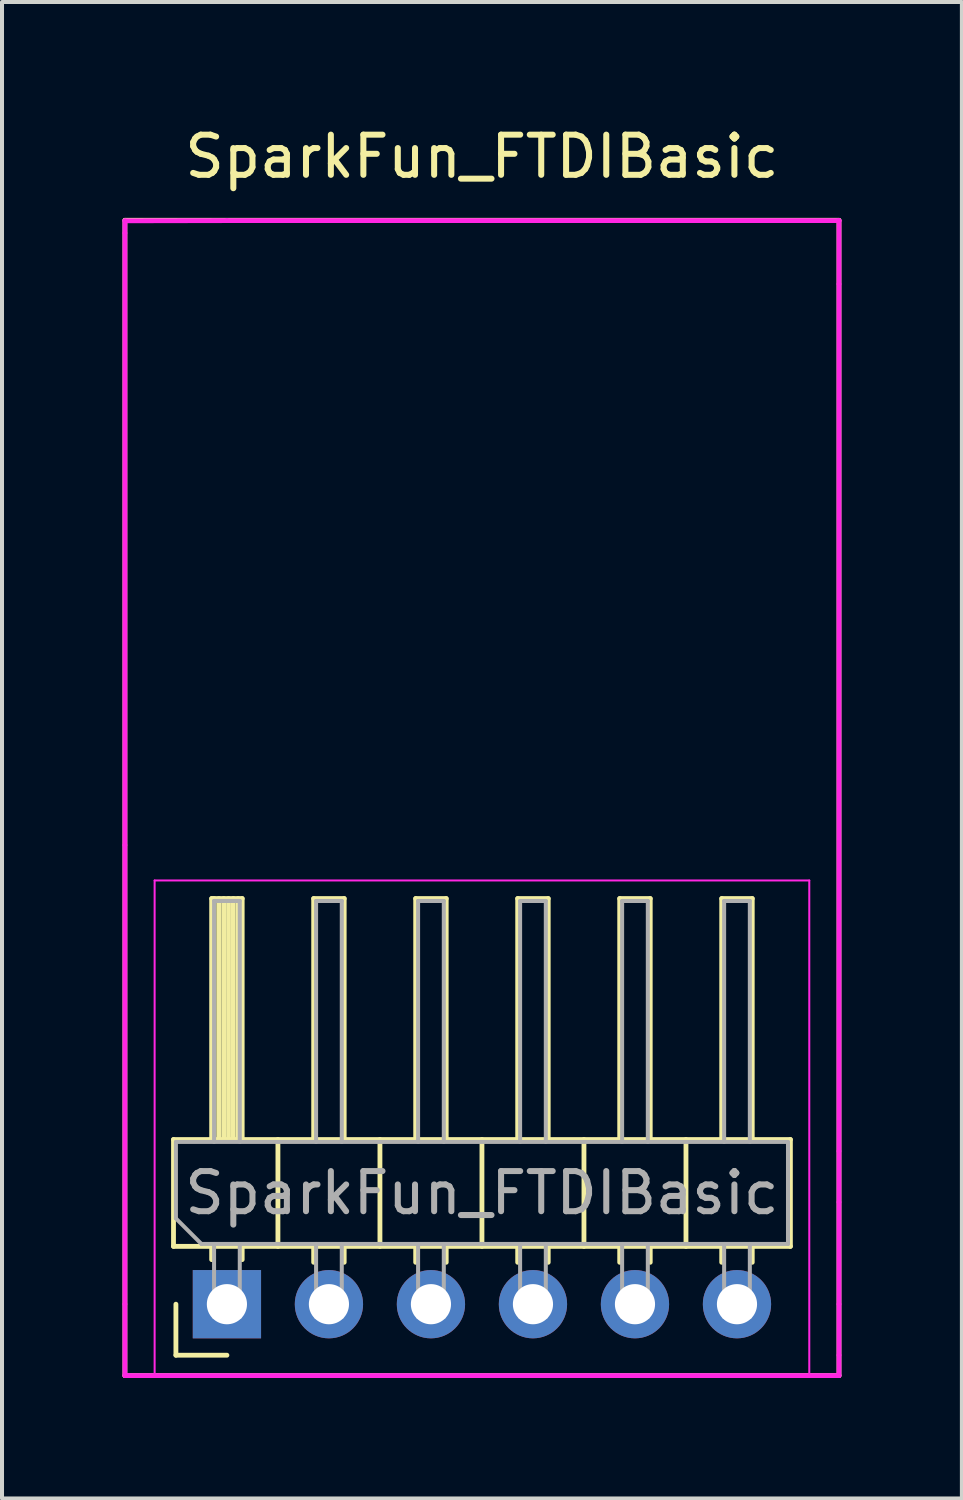
<source format=kicad_pcb>
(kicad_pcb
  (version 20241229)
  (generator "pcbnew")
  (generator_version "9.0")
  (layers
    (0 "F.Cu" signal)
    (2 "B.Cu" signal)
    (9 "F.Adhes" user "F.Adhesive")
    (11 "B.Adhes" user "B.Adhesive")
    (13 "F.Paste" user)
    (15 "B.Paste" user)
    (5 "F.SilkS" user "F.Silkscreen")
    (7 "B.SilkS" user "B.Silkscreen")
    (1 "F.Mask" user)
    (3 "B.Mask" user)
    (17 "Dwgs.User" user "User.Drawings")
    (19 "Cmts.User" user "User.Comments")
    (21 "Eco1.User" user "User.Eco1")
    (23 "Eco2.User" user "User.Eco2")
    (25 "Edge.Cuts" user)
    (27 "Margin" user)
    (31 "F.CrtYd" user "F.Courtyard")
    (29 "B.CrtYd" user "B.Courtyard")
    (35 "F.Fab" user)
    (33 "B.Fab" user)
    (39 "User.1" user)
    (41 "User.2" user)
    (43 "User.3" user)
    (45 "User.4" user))
  (footprint "SparkFun_FTDIBasic"
    (layer "F.Cu")
    (at 8.95 26.883)
    (property "Reference" "SparkFun_FTDIBasic" (at 0 -26.035 180) (layer "F.SilkS") (effects (font (size 1 1) (thickness 0.15))))
    (attr through_hole)
    (fp_line (start -8.89 -24.448) (end -8.89 4.318) (stroke (width 0.12) (type solid)) (layer "F.SilkS"))
    (fp_line (start -8.89 4.318) (end 8.89 4.318) (stroke (width 0.12) (type solid)) (layer "F.SilkS"))
    (fp_line (start -7.68 -1.56) (end -7.68 1.1) (stroke (width 0.12) (type solid)) (layer "F.SilkS"))
    (fp_line (start -7.68 1.1) (end 7.68 1.1) (stroke (width 0.12) (type solid)) (layer "F.SilkS"))
    (fp_line (start -7.62 3.81) (end -7.62 2.54) (stroke (width 0.12) (type solid)) (layer "F.SilkS"))
    (fp_line (start -6.73 -7.56) (end -5.97 -7.56) (stroke (width 0.12) (type solid)) (layer "F.SilkS"))
    (fp_line (start -6.73 -1.56) (end -6.73 -7.56) (stroke (width 0.12) (type solid)) (layer "F.SilkS"))
    (fp_line (start -6.73 1.43) (end -6.73 1.1) (stroke (width 0.12) (type solid)) (layer "F.SilkS"))
    (fp_line (start -6.67 -1.56) (end -6.67 -7.56) (stroke (width 0.12) (type solid)) (layer "F.SilkS"))
    (fp_line (start -6.55 -1.56) (end -6.55 -7.56) (stroke (width 0.12) (type solid)) (layer "F.SilkS"))
    (fp_line (start -6.43 -1.56) (end -6.43 -7.56) (stroke (width 0.12) (type solid)) (layer "F.SilkS"))
    (fp_line (start -6.35 3.81) (end -7.62 3.81) (stroke (width 0.12) (type solid)) (layer "F.SilkS"))
    (fp_line (start -6.31 -1.56) (end -6.31 -7.56) (stroke (width 0.12) (type solid)) (layer "F.SilkS"))
    (fp_line (start -6.19 -1.56) (end -6.19 -7.56) (stroke (width 0.12) (type solid)) (layer "F.SilkS"))
    (fp_line (start -6.07 -1.56) (end -6.07 -7.56) (stroke (width 0.12) (type solid)) (layer "F.SilkS"))
    (fp_line (start -5.97 -7.56) (end -5.97 -1.56) (stroke (width 0.12) (type solid)) (layer "F.SilkS"))
    (fp_line (start -5.97 1.43) (end -5.97 1.1) (stroke (width 0.12) (type solid)) (layer "F.SilkS"))
    (fp_line (start -5.08 1.1) (end -5.08 -1.56) (stroke (width 0.12) (type solid)) (layer "F.SilkS"))
    (fp_line (start -4.19 -7.56) (end -3.43 -7.56) (stroke (width 0.12) (type solid)) (layer "F.SilkS"))
    (fp_line (start -4.19 -1.56) (end -4.19 -7.56) (stroke (width 0.12) (type solid)) (layer "F.SilkS"))
    (fp_line (start -4.19 1.497) (end -4.19 1.1) (stroke (width 0.12) (type solid)) (layer "F.SilkS"))
    (fp_line (start -3.43 -7.56) (end -3.43 -1.56) (stroke (width 0.12) (type solid)) (layer "F.SilkS"))
    (fp_line (start -3.43 1.497) (end -3.43 1.1) (stroke (width 0.12) (type solid)) (layer "F.SilkS"))
    (fp_line (start -2.54 1.1) (end -2.54 -1.56) (stroke (width 0.12) (type solid)) (layer "F.SilkS"))
    (fp_line (start -1.65 -7.56) (end -0.89 -7.56) (stroke (width 0.12) (type solid)) (layer "F.SilkS"))
    (fp_line (start -1.65 -1.56) (end -1.65 -7.56) (stroke (width 0.12) (type solid)) (layer "F.SilkS"))
    (fp_line (start -1.65 1.497) (end -1.65 1.1) (stroke (width 0.12) (type solid)) (layer "F.SilkS"))
    (fp_line (start -0.89 -7.56) (end -0.89 -1.56) (stroke (width 0.12) (type solid)) (layer "F.SilkS"))
    (fp_line (start -0.89 1.497) (end -0.89 1.1) (stroke (width 0.12) (type solid)) (layer "F.SilkS"))
    (fp_line (start 0 1.1) (end 0 -1.56) (stroke (width 0.12) (type solid)) (layer "F.SilkS"))
    (fp_line (start 0.89 -7.56) (end 1.65 -7.56) (stroke (width 0.12) (type solid)) (layer "F.SilkS"))
    (fp_line (start 0.89 -1.56) (end 0.89 -7.56) (stroke (width 0.12) (type solid)) (layer "F.SilkS"))
    (fp_line (start 0.89 1.497) (end 0.89 1.1) (stroke (width 0.12) (type solid)) (layer "F.SilkS"))
    (fp_line (start 1.65 -7.56) (end 1.65 -1.56) (stroke (width 0.12) (type solid)) (layer "F.SilkS"))
    (fp_line (start 1.65 1.497) (end 1.65 1.1) (stroke (width 0.12) (type solid)) (layer "F.SilkS"))
    (fp_line (start 2.54 1.1) (end 2.54 -1.56) (stroke (width 0.12) (type solid)) (layer "F.SilkS"))
    (fp_line (start 3.43 -7.56) (end 4.19 -7.56) (stroke (width 0.12) (type solid)) (layer "F.SilkS"))
    (fp_line (start 3.43 -1.56) (end 3.43 -7.56) (stroke (width 0.12) (type solid)) (layer "F.SilkS"))
    (fp_line (start 3.43 1.497) (end 3.43 1.1) (stroke (width 0.12) (type solid)) (layer "F.SilkS"))
    (fp_line (start 4.19 -7.56) (end 4.19 -1.56) (stroke (width 0.12) (type solid)) (layer "F.SilkS"))
    (fp_line (start 4.19 1.497) (end 4.19 1.1) (stroke (width 0.12) (type solid)) (layer "F.SilkS"))
    (fp_line (start 5.08 1.1) (end 5.08 -1.56) (stroke (width 0.12) (type solid)) (layer "F.SilkS"))
    (fp_line (start 5.97 -7.56) (end 6.73 -7.56) (stroke (width 0.12) (type solid)) (layer "F.SilkS"))
    (fp_line (start 5.97 -1.56) (end 5.97 -7.56) (stroke (width 0.12) (type solid)) (layer "F.SilkS"))
    (fp_line (start 5.97 1.497) (end 5.97 1.1) (stroke (width 0.12) (type solid)) (layer "F.SilkS"))
    (fp_line (start 6.73 -7.56) (end 6.73 -1.56) (stroke (width 0.12) (type solid)) (layer "F.SilkS"))
    (fp_line (start 6.73 1.497) (end 6.73 1.1) (stroke (width 0.12) (type solid)) (layer "F.SilkS"))
    (fp_line (start 7.68 -1.56) (end -7.68 -1.56) (stroke (width 0.12) (type solid)) (layer "F.SilkS"))
    (fp_line (start 7.68 1.1) (end 7.68 -1.56) (stroke (width 0.12) (type solid)) (layer "F.SilkS"))
    (fp_line (start 8.89 -24.448) (end -8.89 -24.448) (stroke (width 0.12) (type solid)) (layer "F.SilkS"))
    (fp_line (start 8.89 4.318) (end 8.89 -24.448) (stroke (width 0.12) (type solid)) (layer "F.SilkS"))
    (fp_line (start -8.89 -24.435) (end -8.89 -24.13) (stroke (width 0.12) (type solid)) (layer "F.CrtYd"))
    (fp_line (start -8.89 -8.89) (end -8.89 -24.13) (stroke (width 0.12) (type solid)) (layer "F.CrtYd"))
    (fp_line (start -8.89 2.54) (end -8.89 -8.89) (stroke (width 0.12) (type solid)) (layer "F.CrtYd"))
    (fp_line (start -8.89 2.54) (end -8.89 4.318) (stroke (width 0.12) (type solid)) (layer "F.CrtYd"))
    (fp_line (start -8.89 4.318) (end -8.839 4.318) (stroke (width 0.12) (type solid)) (layer "F.CrtYd"))
    (fp_line (start -8.839 4.318) (end -8.788 4.318) (stroke (width 0.12) (type solid)) (layer "F.CrtYd"))
    (fp_line (start -8.15 -8.01) (end -8.15 4.34) (stroke (width 0.05) (type solid)) (layer "F.CrtYd"))
    (fp_line (start -8.15 4.34) (end 8.15 4.34) (stroke (width 0.05) (type solid)) (layer "F.CrtYd"))
    (fp_line (start -6.35 -24.44) (end -8.89 -24.435) (stroke (width 0.12) (type solid)) (layer "F.CrtYd"))
    (fp_line (start -6.35 -24.44) (end 8.89 -24.44) (stroke (width 0.12) (type solid)) (layer "F.CrtYd"))
    (fp_line (start 8.15 -8.01) (end -8.15 -8.01) (stroke (width 0.05) (type solid)) (layer "F.CrtYd"))
    (fp_line (start 8.15 4.34) (end 8.15 -8.01) (stroke (width 0.05) (type solid)) (layer "F.CrtYd"))
    (fp_line (start 8.89 -24.435) (end 8.865 -24.435) (stroke (width 0.12) (type solid)) (layer "F.CrtYd"))
    (fp_line (start 8.89 -22.86) (end 8.89 -24.435) (stroke (width 0.12) (type solid)) (layer "F.CrtYd"))
    (fp_line (start 8.89 -22.86) (end 8.89 -1.27) (stroke (width 0.12) (type solid)) (layer "F.CrtYd"))
    (fp_line (start 8.89 -1.27) (end 8.89 0) (stroke (width 0.12) (type solid)) (layer "F.CrtYd"))
    (fp_line (start 8.89 2.54) (end 8.89 0) (stroke (width 0.12) (type solid)) (layer "F.CrtYd"))
    (fp_line (start 8.89 2.54) (end 8.89 3.81) (stroke (width 0.12) (type solid)) (layer "F.CrtYd"))
    (fp_line (start 8.89 3.81) (end 8.89 4.318) (stroke (width 0.12) (type solid)) (layer "F.CrtYd"))
    (fp_line (start 8.89 4.318) (end -8.788 4.318) (stroke (width 0.12) (type solid)) (layer "F.CrtYd"))
    (fp_line (start -7.62 -1.5) (end 7.62 -1.5) (stroke (width 0.1) (type solid)) (layer "F.Fab"))
    (fp_line (start -7.62 0.405) (end -7.62 -1.5) (stroke (width 0.1) (type solid)) (layer "F.Fab"))
    (fp_line (start -6.985 1.04) (end -7.62 0.405) (stroke (width 0.1) (type solid)) (layer "F.Fab"))
    (fp_line (start -6.67 -7.5) (end -6.03 -7.5) (stroke (width 0.1) (type solid)) (layer "F.Fab"))
    (fp_line (start -6.67 -1.5) (end -6.67 -7.5) (stroke (width 0.1) (type solid)) (layer "F.Fab"))
    (fp_line (start -6.67 2.86) (end -6.67 1.04) (stroke (width 0.1) (type solid)) (layer "F.Fab"))
    (fp_line (start -6.67 2.86) (end -6.03 2.86) (stroke (width 0.1) (type solid)) (layer "F.Fab"))
    (fp_line (start -6.03 -1.5) (end -6.03 -7.5) (stroke (width 0.1) (type solid)) (layer "F.Fab"))
    (fp_line (start -6.03 2.86) (end -6.03 1.04) (stroke (width 0.1) (type solid)) (layer "F.Fab"))
    (fp_line (start -4.13 -7.5) (end -3.49 -7.5) (stroke (width 0.1) (type solid)) (layer "F.Fab"))
    (fp_line (start -4.13 -1.5) (end -4.13 -7.5) (stroke (width 0.1) (type solid)) (layer "F.Fab"))
    (fp_line (start -4.13 2.86) (end -4.13 1.04) (stroke (width 0.1) (type solid)) (layer "F.Fab"))
    (fp_line (start -4.13 2.86) (end -3.49 2.86) (stroke (width 0.1) (type solid)) (layer "F.Fab"))
    (fp_line (start -3.49 -1.5) (end -3.49 -7.5) (stroke (width 0.1) (type solid)) (layer "F.Fab"))
    (fp_line (start -3.49 2.86) (end -3.49 1.04) (stroke (width 0.1) (type solid)) (layer "F.Fab"))
    (fp_line (start -1.59 -7.5) (end -0.95 -7.5) (stroke (width 0.1) (type solid)) (layer "F.Fab"))
    (fp_line (start -1.59 -1.5) (end -1.59 -7.5) (stroke (width 0.1) (type solid)) (layer "F.Fab"))
    (fp_line (start -1.59 2.86) (end -1.59 1.04) (stroke (width 0.1) (type solid)) (layer "F.Fab"))
    (fp_line (start -1.59 2.86) (end -0.95 2.86) (stroke (width 0.1) (type solid)) (layer "F.Fab"))
    (fp_line (start -0.95 -1.5) (end -0.95 -7.5) (stroke (width 0.1) (type solid)) (layer "F.Fab"))
    (fp_line (start -0.95 2.86) (end -0.95 1.04) (stroke (width 0.1) (type solid)) (layer "F.Fab"))
    (fp_line (start 0.95 -7.5) (end 1.59 -7.5) (stroke (width 0.1) (type solid)) (layer "F.Fab"))
    (fp_line (start 0.95 -1.5) (end 0.95 -7.5) (stroke (width 0.1) (type solid)) (layer "F.Fab"))
    (fp_line (start 0.95 2.86) (end 0.95 1.04) (stroke (width 0.1) (type solid)) (layer "F.Fab"))
    (fp_line (start 0.95 2.86) (end 1.59 2.86) (stroke (width 0.1) (type solid)) (layer "F.Fab"))
    (fp_line (start 1.59 -1.5) (end 1.59 -7.5) (stroke (width 0.1) (type solid)) (layer "F.Fab"))
    (fp_line (start 1.59 2.86) (end 1.59 1.04) (stroke (width 0.1) (type solid)) (layer "F.Fab"))
    (fp_line (start 3.49 -7.5) (end 4.13 -7.5) (stroke (width 0.1) (type solid)) (layer "F.Fab"))
    (fp_line (start 3.49 -1.5) (end 3.49 -7.5) (stroke (width 0.1) (type solid)) (layer "F.Fab"))
    (fp_line (start 3.49 2.86) (end 3.49 1.04) (stroke (width 0.1) (type solid)) (layer "F.Fab"))
    (fp_line (start 3.49 2.86) (end 4.13 2.86) (stroke (width 0.1) (type solid)) (layer "F.Fab"))
    (fp_line (start 4.13 -1.5) (end 4.13 -7.5) (stroke (width 0.1) (type solid)) (layer "F.Fab"))
    (fp_line (start 4.13 2.86) (end 4.13 1.04) (stroke (width 0.1) (type solid)) (layer "F.Fab"))
    (fp_line (start 6.03 -7.5) (end 6.67 -7.5) (stroke (width 0.1) (type solid)) (layer "F.Fab"))
    (fp_line (start 6.03 -1.5) (end 6.03 -7.5) (stroke (width 0.1) (type solid)) (layer "F.Fab"))
    (fp_line (start 6.03 2.86) (end 6.03 1.04) (stroke (width 0.1) (type solid)) (layer "F.Fab"))
    (fp_line (start 6.03 2.86) (end 6.67 2.86) (stroke (width 0.1) (type solid)) (layer "F.Fab"))
    (fp_line (start 6.67 -1.5) (end 6.67 -7.5) (stroke (width 0.1) (type solid)) (layer "F.Fab"))
    (fp_line (start 6.67 2.86) (end 6.67 1.04) (stroke (width 0.1) (type solid)) (layer "F.Fab"))
    (fp_line (start 7.62 -1.5) (end 7.62 1.04) (stroke (width 0.1) (type solid)) (layer "F.Fab"))
    (fp_line (start 7.62 1.04) (end -6.985 1.04) (stroke (width 0.1) (type solid)) (layer "F.Fab"))
    (fp_text user "${REFERENCE}" (at 0 -0.23 180) (layer "F.Fab") (effects (font (size 1 1) (thickness 0.15))))
    (pad "1" thru_hole rect (at -6.35 2.54 90) (size 1.7 1.7) (drill 1) (layers "*.Cu" "*.Mask"))
    (pad "2" thru_hole oval (at -3.81 2.54 90) (size 1.7 1.7) (drill 1) (layers "*.Cu" "*.Mask"))
    (pad "3" thru_hole oval (at -1.27 2.54 90) (size 1.7 1.7) (drill 1) (layers "*.Cu" "*.Mask"))
    (pad "4" thru_hole oval (at 1.27 2.54 90) (size 1.7 1.7) (drill 1) (layers "*.Cu" "*.Mask"))
    (pad "5" thru_hole oval (at 3.81 2.54 90) (size 1.7 1.7) (drill 1) (layers "*.Cu" "*.Mask"))
    (pad "6" thru_hole oval (at 6.35 2.54 90) (size 1.7 1.7) (drill 1) (layers "*.Cu" "*.Mask")))
  (gr_rect
    (start -3 -3)
    (end 20.9 34.261)
    (stroke (width 0.1) (type default))
    (fill no)
    (layer "Edge.Cuts")))
</source>
